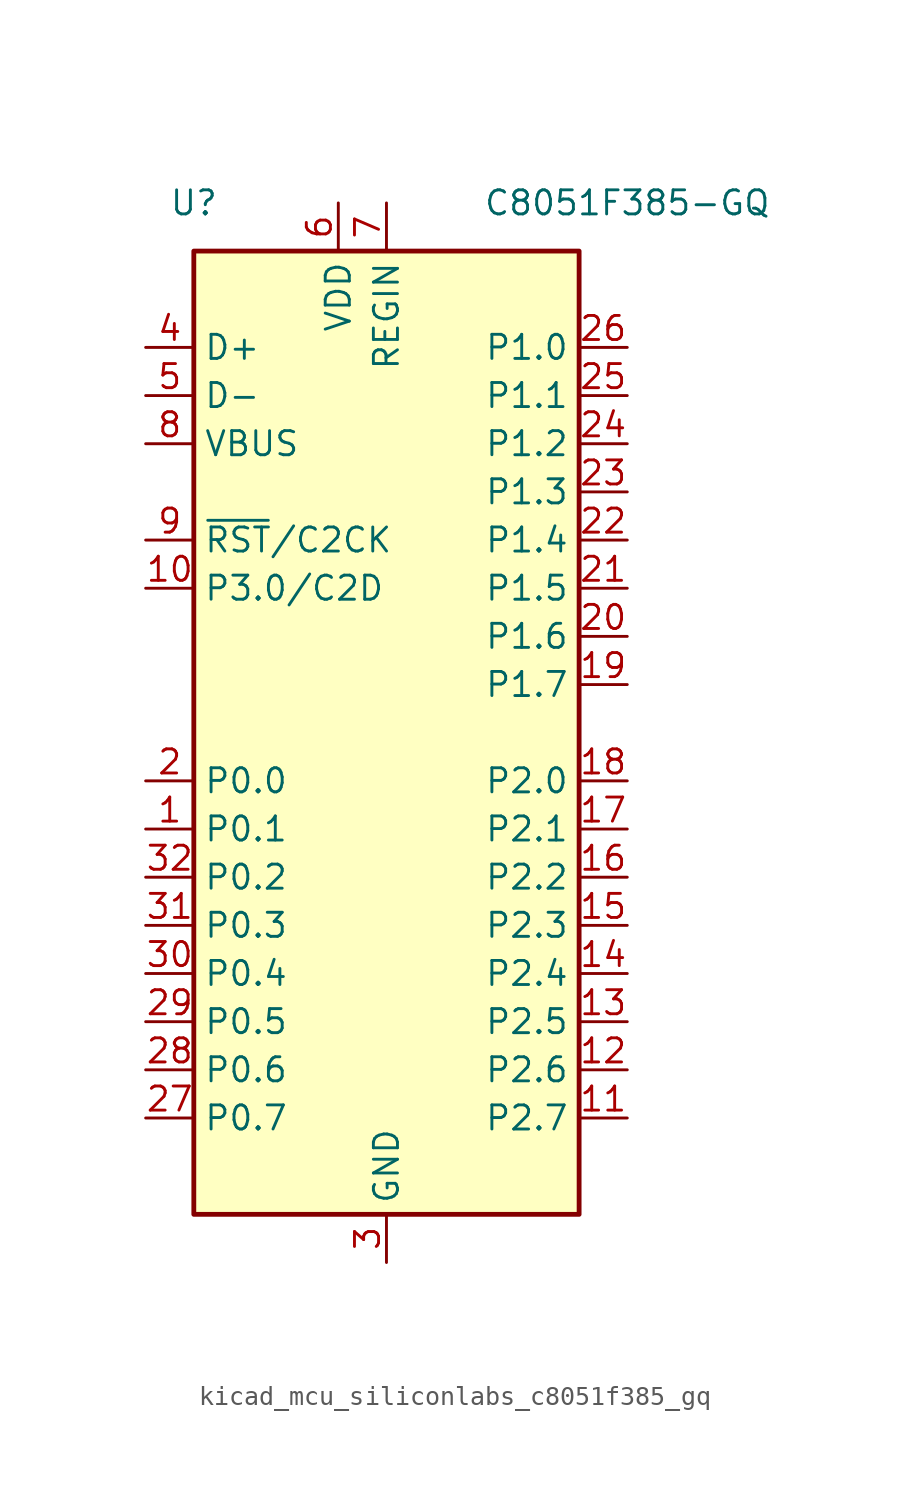
<source format=kicad_sym>
(kicad_symbol_lib
  (version 20220914)
  (generator kicad_symbol_editor)
  (symbol "kicad_mcu_siliconlabs_c8051f385_gq"
    (property "Reference" "U"
      (at -10.16 27.94 0)
      (effects (font (size 1.27 1.27))))
    (property "Value" "C8051F385-GQ"
      (at 12.7 27.94 0)
      (effects (font (size 1.27 1.27))))
    (symbol "kicad_mcu_siliconlabs_c8051f385_gq_0_1"
      (rectangle (start -10.16 25.4) (end 10.16 -25.4) (stroke (width 0.254) (type default)) (fill (type background))))
    (symbol "kicad_mcu_siliconlabs_c8051f385_gq_1_1"
      (pin bidirectional line (at -12.7 -5.08 0) (length 2.54) (name "P0.1" (effects (font (size 1.27 1.27)))) (number "1" (effects (font (size 1.27 1.27)))))
      (pin bidirectional line (at -12.7 7.62 0) (length 2.54) (name "P3.0/C2D" (effects (font (size 1.27 1.27)))) (number "10" (effects (font (size 1.27 1.27)))))
      (pin bidirectional line (at 12.7 -20.32 180) (length 2.54) (name "P2.7" (effects (font (size 1.27 1.27)))) (number "11" (effects (font (size 1.27 1.27)))))
      (pin bidirectional line (at 12.7 -17.78 180) (length 2.54) (name "P2.6" (effects (font (size 1.27 1.27)))) (number "12" (effects (font (size 1.27 1.27)))))
      (pin bidirectional line (at 12.7 -15.24 180) (length 2.54) (name "P2.5" (effects (font (size 1.27 1.27)))) (number "13" (effects (font (size 1.27 1.27)))))
      (pin bidirectional line (at 12.7 -12.7 180) (length 2.54) (name "P2.4" (effects (font (size 1.27 1.27)))) (number "14" (effects (font (size 1.27 1.27)))))
      (pin bidirectional line (at 12.7 -10.16 180) (length 2.54) (name "P2.3" (effects (font (size 1.27 1.27)))) (number "15" (effects (font (size 1.27 1.27)))))
      (pin bidirectional line (at 12.7 -7.62 180) (length 2.54) (name "P2.2" (effects (font (size 1.27 1.27)))) (number "16" (effects (font (size 1.27 1.27)))))
      (pin bidirectional line (at 12.7 -5.08 180) (length 2.54) (name "P2.1" (effects (font (size 1.27 1.27)))) (number "17" (effects (font (size 1.27 1.27)))))
      (pin bidirectional line (at 12.7 -2.54 180) (length 2.54) (name "P2.0" (effects (font (size 1.27 1.27)))) (number "18" (effects (font (size 1.27 1.27)))))
      (pin bidirectional line (at 12.7 2.54 180) (length 2.54) (name "P1.7" (effects (font (size 1.27 1.27)))) (number "19" (effects (font (size 1.27 1.27)))))
      (pin bidirectional line (at -12.7 -2.54 0) (length 2.54) (name "P0.0" (effects (font (size 1.27 1.27)))) (number "2" (effects (font (size 1.27 1.27)))))
      (pin bidirectional line (at 12.7 5.08 180) (length 2.54) (name "P1.6" (effects (font (size 1.27 1.27)))) (number "20" (effects (font (size 1.27 1.27)))))
      (pin bidirectional line (at 12.7 7.62 180) (length 2.54) (name "P1.5" (effects (font (size 1.27 1.27)))) (number "21" (effects (font (size 1.27 1.27)))))
      (pin bidirectional line (at 12.7 10.16 180) (length 2.54) (name "P1.4" (effects (font (size 1.27 1.27)))) (number "22" (effects (font (size 1.27 1.27)))))
      (pin bidirectional line (at 12.7 12.7 180) (length 2.54) (name "P1.3" (effects (font (size 1.27 1.27)))) (number "23" (effects (font (size 1.27 1.27)))))
      (pin bidirectional line (at 12.7 15.24 180) (length 2.54) (name "P1.2" (effects (font (size 1.27 1.27)))) (number "24" (effects (font (size 1.27 1.27)))))
      (pin bidirectional line (at 12.7 17.78 180) (length 2.54) (name "P1.1" (effects (font (size 1.27 1.27)))) (number "25" (effects (font (size 1.27 1.27)))))
      (pin bidirectional line (at 12.7 20.32 180) (length 2.54) (name "P1.0" (effects (font (size 1.27 1.27)))) (number "26" (effects (font (size 1.27 1.27)))))
      (pin bidirectional line (at -12.7 -20.32 0) (length 2.54) (name "P0.7" (effects (font (size 1.27 1.27)))) (number "27" (effects (font (size 1.27 1.27)))))
      (pin bidirectional line (at -12.7 -17.78 0) (length 2.54) (name "P0.6" (effects (font (size 1.27 1.27)))) (number "28" (effects (font (size 1.27 1.27)))))
      (pin bidirectional line (at -12.7 -15.24 0) (length 2.54) (name "P0.5" (effects (font (size 1.27 1.27)))) (number "29" (effects (font (size 1.27 1.27)))))
      (pin power_in line (at 0 -27.94 90) (length 2.54) (name "GND" (effects (font (size 1.27 1.27)))) (number "3" (effects (font (size 1.27 1.27)))))
      (pin bidirectional line (at -12.7 -12.7 0) (length 2.54) (name "P0.4" (effects (font (size 1.27 1.27)))) (number "30" (effects (font (size 1.27 1.27)))))
      (pin bidirectional line (at -12.7 -10.16 0) (length 2.54) (name "P0.3" (effects (font (size 1.27 1.27)))) (number "31" (effects (font (size 1.27 1.27)))))
      (pin bidirectional line (at -12.7 -7.62 0) (length 2.54) (name "P0.2" (effects (font (size 1.27 1.27)))) (number "32" (effects (font (size 1.27 1.27)))))
      (pin bidirectional line (at -12.7 20.32 0) (length 2.54) (name "D+" (effects (font (size 1.27 1.27)))) (number "4" (effects (font (size 1.27 1.27)))))
      (pin bidirectional line (at -12.7 17.78 0) (length 2.54) (name "D-" (effects (font (size 1.27 1.27)))) (number "5" (effects (font (size 1.27 1.27)))))
      (pin power_in line (at -2.54 27.94 270) (length 2.54) (name "VDD" (effects (font (size 1.27 1.27)))) (number "6" (effects (font (size 1.27 1.27)))))
      (pin power_in line (at 0 27.94 270) (length 2.54) (name "REGIN" (effects (font (size 1.27 1.27)))) (number "7" (effects (font (size 1.27 1.27)))))
      (pin input line (at -12.7 15.24 0) (length 2.54) (name "VBUS" (effects (font (size 1.27 1.27)))) (number "8" (effects (font (size 1.27 1.27)))))
      (pin input line (at -12.7 10.16 0) (length 2.54) (name "~{RST}/C2CK" (effects (font (size 1.27 1.27)))) (number "9" (effects (font (size 1.27 1.27))))))))
</source>
